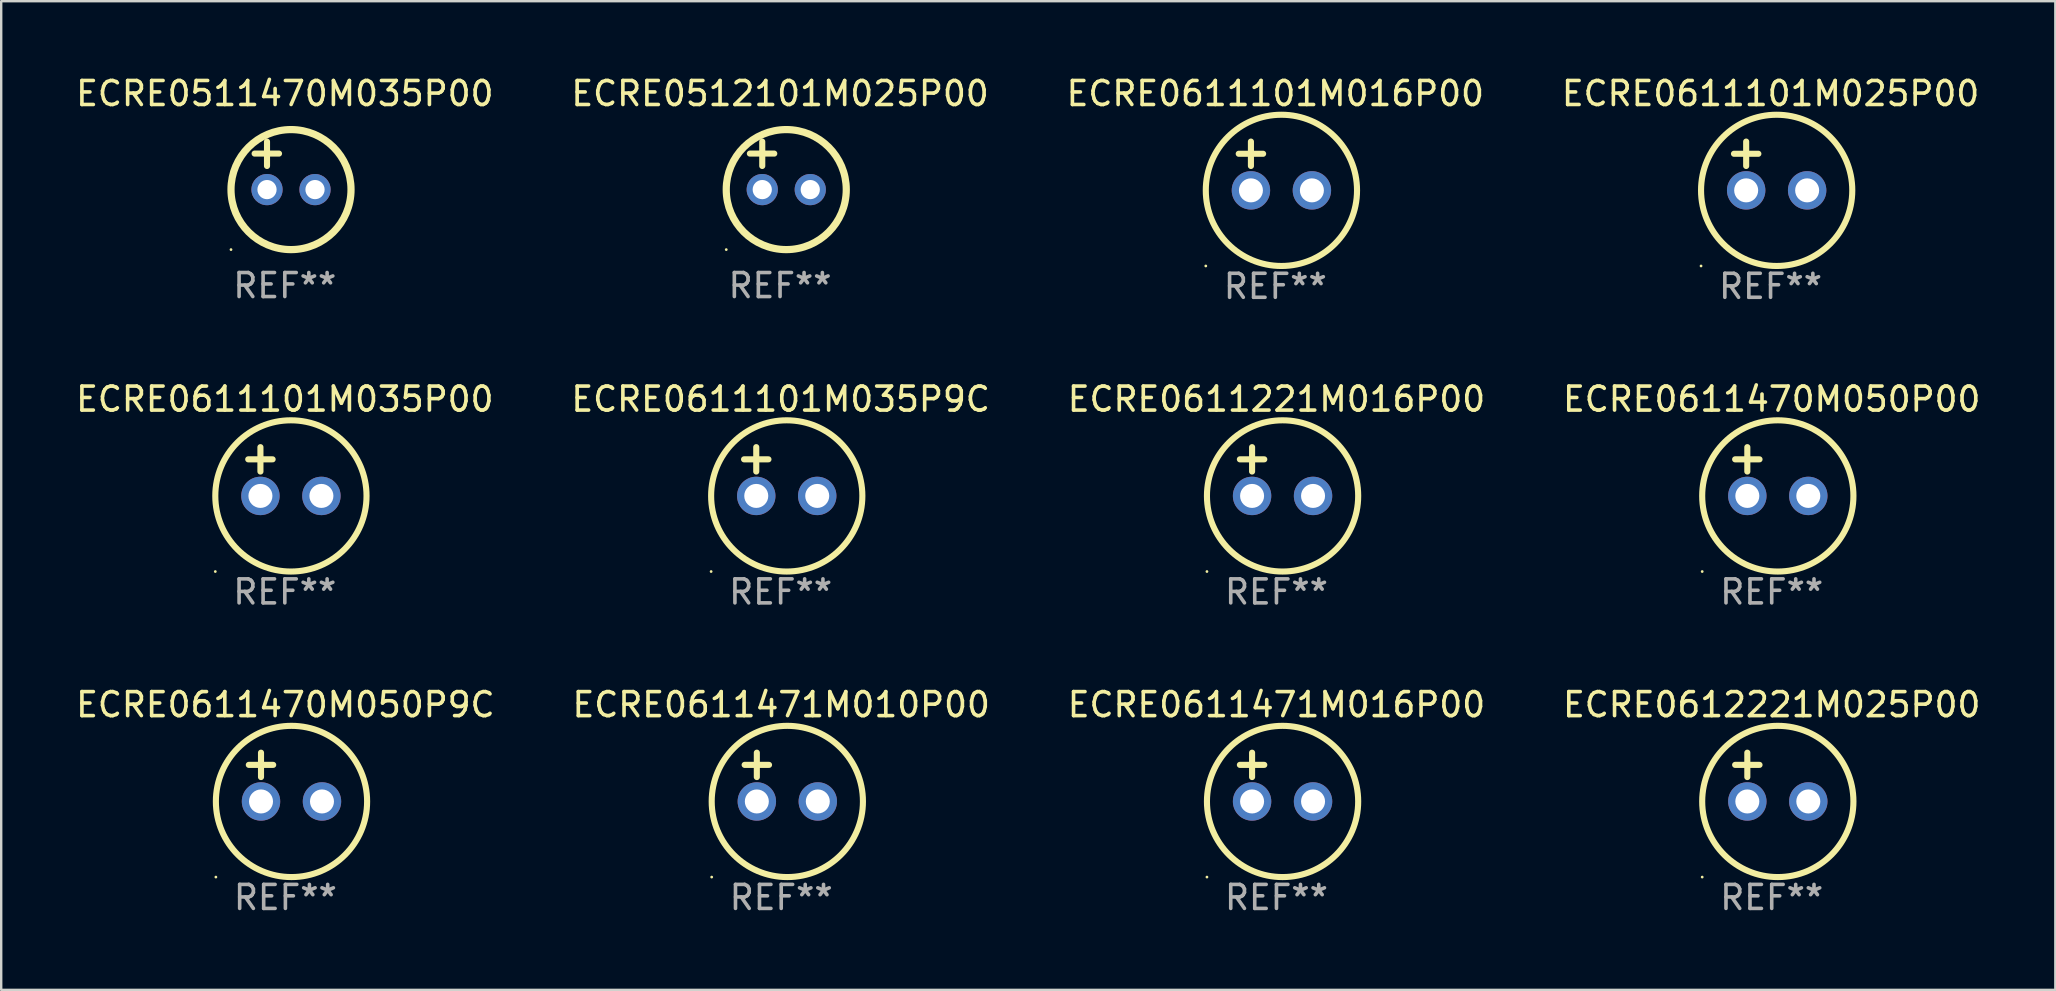
<source format=kicad_pcb>
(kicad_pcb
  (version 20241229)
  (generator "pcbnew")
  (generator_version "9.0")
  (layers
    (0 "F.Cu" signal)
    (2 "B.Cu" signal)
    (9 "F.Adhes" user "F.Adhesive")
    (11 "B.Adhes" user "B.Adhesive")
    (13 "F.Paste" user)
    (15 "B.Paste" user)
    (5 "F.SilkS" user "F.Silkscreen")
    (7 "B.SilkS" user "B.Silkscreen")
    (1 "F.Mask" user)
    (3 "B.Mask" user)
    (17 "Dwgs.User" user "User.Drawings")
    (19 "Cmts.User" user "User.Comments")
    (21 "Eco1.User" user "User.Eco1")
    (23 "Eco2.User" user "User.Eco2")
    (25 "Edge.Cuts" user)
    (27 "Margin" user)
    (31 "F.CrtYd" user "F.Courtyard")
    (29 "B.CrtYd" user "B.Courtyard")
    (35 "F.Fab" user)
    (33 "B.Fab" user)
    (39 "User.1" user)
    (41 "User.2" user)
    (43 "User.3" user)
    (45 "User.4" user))
  (footprint "ECRE0611101M016P00"
    (layer "F.Cu")
    (at 50.077 3.864)
    (property "Reference" "ECRE0611101M016P00" (at 0 -3.016 0) (layer "F.SilkS") (effects (font (size 1 1) (thickness 0.15))))
    (attr through_hole)
    (fp_line (start -1.524 -0.508) (end -0.508 -0.508) (stroke (width 0.254) (type solid)) (layer "F.SilkS"))
    (fp_line (start -1.016 -1.016) (end -1.016 0) (stroke (width 0.254) (type solid)) (layer "F.SilkS"))
    (fp_circle (center -2.896 4.166) (end -2.866 4.166) (stroke (width 0.06) (type solid)) (fill no) (layer "F.SilkS"))
    (fp_circle (center 0.254 1.016) (end 3.404 1.016) (stroke (width 0.254) (type solid)) (fill no) (layer "F.SilkS"))
    (fp_text user "REF**" (at 0 5.016 0) (layer "F.Fab") (effects (font (size 1 1) (thickness 0.15))))
    (pad "1" thru_hole circle (at -1.016 1.016) (size 1.6 1.6) (drill 1) (layers "*.Cu" "*.Mask"))
    (pad "2" thru_hole circle (at 1.524 1.016) (size 1.6 1.6) (drill 1) (layers "*.Cu" "*.Mask")))
  (footprint "ECRE0611471M010P00"
    (layer "F.Cu")
    (at 29.494 29.321)
    (property "Reference" "ECRE0611471M010P00" (at 0 -3.016 0) (layer "F.SilkS") (effects (font (size 1 1) (thickness 0.15))))
    (attr through_hole)
    (fp_line (start -1.524 -0.508) (end -0.508 -0.508) (stroke (width 0.254) (type solid)) (layer "F.SilkS"))
    (fp_line (start -1.016 -1.016) (end -1.016 0) (stroke (width 0.254) (type solid)) (layer "F.SilkS"))
    (fp_circle (center -2.896 4.166) (end -2.866 4.166) (stroke (width 0.06) (type solid)) (fill no) (layer "F.SilkS"))
    (fp_circle (center 0.254 1.016) (end 3.404 1.016) (stroke (width 0.254) (type solid)) (fill no) (layer "F.SilkS"))
    (fp_text user "REF**" (at 0 5.016 0) (layer "F.Fab") (effects (font (size 1 1) (thickness 0.15))))
    (pad "1" thru_hole circle (at -1.016 1.016) (size 1.6 1.6) (drill 1) (layers "*.Cu" "*.Mask"))
    (pad "2" thru_hole circle (at 1.524 1.016) (size 1.6 1.6) (drill 1) (layers "*.Cu" "*.Mask")))
  (footprint "ECRE0511470M035P00"
    (layer "F.Cu")
    (at 8.815 3.848)
    (property "Reference" "ECRE0511470M035P00" (at 0 -3 0) (layer "F.SilkS") (effects (font (size 1 1) (thickness 0.15))))
    (attr through_hole)
    (fp_line (start -1.258 -0.5) (end -0.242 -0.5) (stroke (width 0.254) (type solid)) (layer "F.SilkS"))
    (fp_line (start -0.742 -1) (end -0.742 0.016) (stroke (width 0.254) (type solid)) (layer "F.SilkS"))
    (fp_circle (center -2.242 3.5) (end -2.212 3.5) (stroke (width 0.06) (type solid)) (fill no) (layer "F.SilkS"))
    (fp_circle (center 0.258 1) (end 2.758 1) (stroke (width 0.3) (type solid)) (fill no) (layer "F.SilkS"))
    (fp_text user "REF**" (at 0 5 0) (layer "F.Fab") (effects (font (size 1 1) (thickness 0.15))))
    (pad "1" thru_hole circle (at -0.742 1) (size 1.3 1.3) (drill 0.8) (layers "*.Cu" "*.Mask"))
    (pad "2" thru_hole circle (at 1.258 1) (size 1.3 1.3) (drill 0.8) (layers "*.Cu" "*.Mask")))
  (footprint "ECRE0611101M025P00"
    (layer "F.Cu")
    (at 70.708 3.864)
    (property "Reference" "ECRE0611101M025P00" (at 0 -3.016 0) (layer "F.SilkS") (effects (font (size 1 1) (thickness 0.15))))
    (attr through_hole)
    (fp_line (start -1.524 -0.508) (end -0.508 -0.508) (stroke (width 0.254) (type solid)) (layer "F.SilkS"))
    (fp_line (start -1.016 -1.016) (end -1.016 0) (stroke (width 0.254) (type solid)) (layer "F.SilkS"))
    (fp_circle (center -2.896 4.166) (end -2.866 4.166) (stroke (width 0.06) (type solid)) (fill no) (layer "F.SilkS"))
    (fp_circle (center 0.254 1.016) (end 3.404 1.016) (stroke (width 0.254) (type solid)) (fill no) (layer "F.SilkS"))
    (fp_text user "REF**" (at 0 5.016 0) (layer "F.Fab") (effects (font (size 1 1) (thickness 0.15))))
    (pad "1" thru_hole circle (at -1.016 1.016) (size 1.6 1.6) (drill 1) (layers "*.Cu" "*.Mask"))
    (pad "2" thru_hole circle (at 1.524 1.016) (size 1.6 1.6) (drill 1) (layers "*.Cu" "*.Mask")))
  (footprint "ECRE0612221M025P00"
    (layer "F.Cu")
    (at 70.756 29.321)
    (property "Reference" "ECRE0612221M025P00" (at 0 -3.016 0) (layer "F.SilkS") (effects (font (size 1 1) (thickness 0.15))))
    (attr through_hole)
    (fp_line (start -1.524 -0.508) (end -0.508 -0.508) (stroke (width 0.254) (type solid)) (layer "F.SilkS"))
    (fp_line (start -1.016 -1.016) (end -1.016 0) (stroke (width 0.254) (type solid)) (layer "F.SilkS"))
    (fp_circle (center -2.896 4.166) (end -2.866 4.166) (stroke (width 0.06) (type solid)) (fill no) (layer "F.SilkS"))
    (fp_circle (center 0.254 1.016) (end 3.404 1.016) (stroke (width 0.254) (type solid)) (fill no) (layer "F.SilkS"))
    (fp_text user "REF**" (at 0 5.016 0) (layer "F.Fab") (effects (font (size 1 1) (thickness 0.15))))
    (pad "1" thru_hole circle (at -1.016 1.016) (size 1.6 1.6) (drill 1) (layers "*.Cu" "*.Mask"))
    (pad "2" thru_hole circle (at 1.524 1.016) (size 1.6 1.6) (drill 1) (layers "*.Cu" "*.Mask")))
  (footprint "ECRE0611470M050P00"
    (layer "F.Cu")
    (at 70.756 16.593)
    (property "Reference" "ECRE0611470M050P00" (at 0 -3.016 0) (layer "F.SilkS") (effects (font (size 1 1) (thickness 0.15))))
    (attr through_hole)
    (fp_line (start -1.524 -0.508) (end -0.508 -0.508) (stroke (width 0.254) (type solid)) (layer "F.SilkS"))
    (fp_line (start -1.016 -1.016) (end -1.016 0) (stroke (width 0.254) (type solid)) (layer "F.SilkS"))
    (fp_circle (center -2.896 4.166) (end -2.866 4.166) (stroke (width 0.06) (type solid)) (fill no) (layer "F.SilkS"))
    (fp_circle (center 0.254 1.016) (end 3.404 1.016) (stroke (width 0.254) (type solid)) (fill no) (layer "F.SilkS"))
    (fp_text user "REF**" (at 0 5.016 0) (layer "F.Fab") (effects (font (size 1 1) (thickness 0.15))))
    (pad "1" thru_hole circle (at -1.016 1.016) (size 1.6 1.6) (drill 1) (layers "*.Cu" "*.Mask"))
    (pad "2" thru_hole circle (at 1.524 1.016) (size 1.6 1.6) (drill 1) (layers "*.Cu" "*.Mask")))
  (footprint "ECRE0512101M025P00"
    (layer "F.Cu")
    (at 29.446 3.848)
    (property "Reference" "ECRE0512101M025P00" (at 0 -3 0) (layer "F.SilkS") (effects (font (size 1 1) (thickness 0.15))))
    (attr through_hole)
    (fp_line (start -1.258 -0.5) (end -0.242 -0.5) (stroke (width 0.254) (type solid)) (layer "F.SilkS"))
    (fp_line (start -0.742 -1) (end -0.742 0.016) (stroke (width 0.254) (type solid)) (layer "F.SilkS"))
    (fp_circle (center -2.242 3.5) (end -2.212 3.5) (stroke (width 0.06) (type solid)) (fill no) (layer "F.SilkS"))
    (fp_circle (center 0.258 1) (end 2.758 1) (stroke (width 0.3) (type solid)) (fill no) (layer "F.SilkS"))
    (fp_text user "REF**" (at 0 5 0) (layer "F.Fab") (effects (font (size 1 1) (thickness 0.15))))
    (pad "1" thru_hole circle (at -0.742 1) (size 1.3 1.3) (drill 0.8) (layers "*.Cu" "*.Mask"))
    (pad "2" thru_hole circle (at 1.258 1) (size 1.3 1.3) (drill 0.8) (layers "*.Cu" "*.Mask")))
  (footprint "ECRE0611101M035P00"
    (layer "F.Cu")
    (at 8.815 16.593)
    (property "Reference" "ECRE0611101M035P00" (at 0 -3.016 0) (layer "F.SilkS") (effects (font (size 1 1) (thickness 0.15))))
    (attr through_hole)
    (fp_line (start -1.524 -0.508) (end -0.508 -0.508) (stroke (width 0.254) (type solid)) (layer "F.SilkS"))
    (fp_line (start -1.016 -1.016) (end -1.016 0) (stroke (width 0.254) (type solid)) (layer "F.SilkS"))
    (fp_circle (center -2.896 4.166) (end -2.866 4.166) (stroke (width 0.06) (type solid)) (fill no) (layer "F.SilkS"))
    (fp_circle (center 0.254 1.016) (end 3.404 1.016) (stroke (width 0.254) (type solid)) (fill no) (layer "F.SilkS"))
    (fp_text user "REF**" (at 0 5.016 0) (layer "F.Fab") (effects (font (size 1 1) (thickness 0.15))))
    (pad "1" thru_hole circle (at -1.016 1.016) (size 1.6 1.6) (drill 1) (layers "*.Cu" "*.Mask"))
    (pad "2" thru_hole circle (at 1.524 1.016) (size 1.6 1.6) (drill 1) (layers "*.Cu" "*.Mask")))
  (footprint "ECRE0611101M035P9C"
    (layer "F.Cu")
    (at 29.47 16.593)
    (property "Reference" "ECRE0611101M035P9C" (at 0 -3.016 0) (layer "F.SilkS") (effects (font (size 1 1) (thickness 0.15))))
    (attr through_hole)
    (fp_line (start -1.524 -0.508) (end -0.508 -0.508) (stroke (width 0.254) (type solid)) (layer "F.SilkS"))
    (fp_line (start -1.016 -1.016) (end -1.016 0) (stroke (width 0.254) (type solid)) (layer "F.SilkS"))
    (fp_circle (center -2.896 4.166) (end -2.866 4.166) (stroke (width 0.06) (type solid)) (fill no) (layer "F.SilkS"))
    (fp_circle (center 0.254 1.016) (end 3.404 1.016) (stroke (width 0.254) (type solid)) (fill no) (layer "F.SilkS"))
    (fp_text user "REF**" (at 0 5.016 0) (layer "F.Fab") (effects (font (size 1 1) (thickness 0.15))))
    (pad "1" thru_hole circle (at -1.016 1.016) (size 1.6 1.6) (drill 1) (layers "*.Cu" "*.Mask"))
    (pad "2" thru_hole circle (at 1.524 1.016) (size 1.6 1.6) (drill 1) (layers "*.Cu" "*.Mask")))
  (footprint "ECRE0611470M050P9C"
    (layer "F.Cu")
    (at 8.839 29.321)
    (property "Reference" "ECRE0611470M050P9C" (at 0 -3.016 0) (layer "F.SilkS") (effects (font (size 1 1) (thickness 0.15))))
    (attr through_hole)
    (fp_line (start -1.524 -0.508) (end -0.508 -0.508) (stroke (width 0.254) (type solid)) (layer "F.SilkS"))
    (fp_line (start -1.016 -1.016) (end -1.016 0) (stroke (width 0.254) (type solid)) (layer "F.SilkS"))
    (fp_circle (center -2.896 4.166) (end -2.866 4.166) (stroke (width 0.06) (type solid)) (fill no) (layer "F.SilkS"))
    (fp_circle (center 0.254 1.016) (end 3.404 1.016) (stroke (width 0.254) (type solid)) (fill no) (layer "F.SilkS"))
    (fp_text user "REF**" (at 0 5.016 0) (layer "F.Fab") (effects (font (size 1 1) (thickness 0.15))))
    (pad "1" thru_hole circle (at -1.016 1.016) (size 1.6 1.6) (drill 1) (layers "*.Cu" "*.Mask"))
    (pad "2" thru_hole circle (at 1.524 1.016) (size 1.6 1.6) (drill 1) (layers "*.Cu" "*.Mask")))
  (footprint "ECRE0611471M016P00"
    (layer "F.Cu")
    (at 50.125 29.321)
    (property "Reference" "ECRE0611471M016P00" (at 0 -3.016 0) (layer "F.SilkS") (effects (font (size 1 1) (thickness 0.15))))
    (attr through_hole)
    (fp_line (start -1.524 -0.508) (end -0.508 -0.508) (stroke (width 0.254) (type solid)) (layer "F.SilkS"))
    (fp_line (start -1.016 -1.016) (end -1.016 0) (stroke (width 0.254) (type solid)) (layer "F.SilkS"))
    (fp_circle (center -2.896 4.166) (end -2.866 4.166) (stroke (width 0.06) (type solid)) (fill no) (layer "F.SilkS"))
    (fp_circle (center 0.254 1.016) (end 3.404 1.016) (stroke (width 0.254) (type solid)) (fill no) (layer "F.SilkS"))
    (fp_text user "REF**" (at 0 5.016 0) (layer "F.Fab") (effects (font (size 1 1) (thickness 0.15))))
    (pad "1" thru_hole circle (at -1.016 1.016) (size 1.6 1.6) (drill 1) (layers "*.Cu" "*.Mask"))
    (pad "2" thru_hole circle (at 1.524 1.016) (size 1.6 1.6) (drill 1) (layers "*.Cu" "*.Mask")))
  (footprint "ECRE0611221M016P00"
    (layer "F.Cu")
    (at 50.125 16.593)
    (property "Reference" "ECRE0611221M016P00" (at 0 -3.016 0) (layer "F.SilkS") (effects (font (size 1 1) (thickness 0.15))))
    (attr through_hole)
    (fp_line (start -1.524 -0.508) (end -0.508 -0.508) (stroke (width 0.254) (type solid)) (layer "F.SilkS"))
    (fp_line (start -1.016 -1.016) (end -1.016 0) (stroke (width 0.254) (type solid)) (layer "F.SilkS"))
    (fp_circle (center -2.896 4.166) (end -2.866 4.166) (stroke (width 0.06) (type solid)) (fill no) (layer "F.SilkS"))
    (fp_circle (center 0.254 1.016) (end 3.404 1.016) (stroke (width 0.254) (type solid)) (fill no) (layer "F.SilkS"))
    (fp_text user "REF**" (at 0 5.016 0) (layer "F.Fab") (effects (font (size 1 1) (thickness 0.15))))
    (pad "1" thru_hole circle (at -1.016 1.016) (size 1.6 1.6) (drill 1) (layers "*.Cu" "*.Mask"))
    (pad "2" thru_hole circle (at 1.524 1.016) (size 1.6 1.6) (drill 1) (layers "*.Cu" "*.Mask")))
  (gr_rect
    (start -3 -3)
    (end 82.571 38.186)
    (stroke (width 0.1) (type default))
    (fill no)
    (layer "Edge.Cuts")))
</source>
